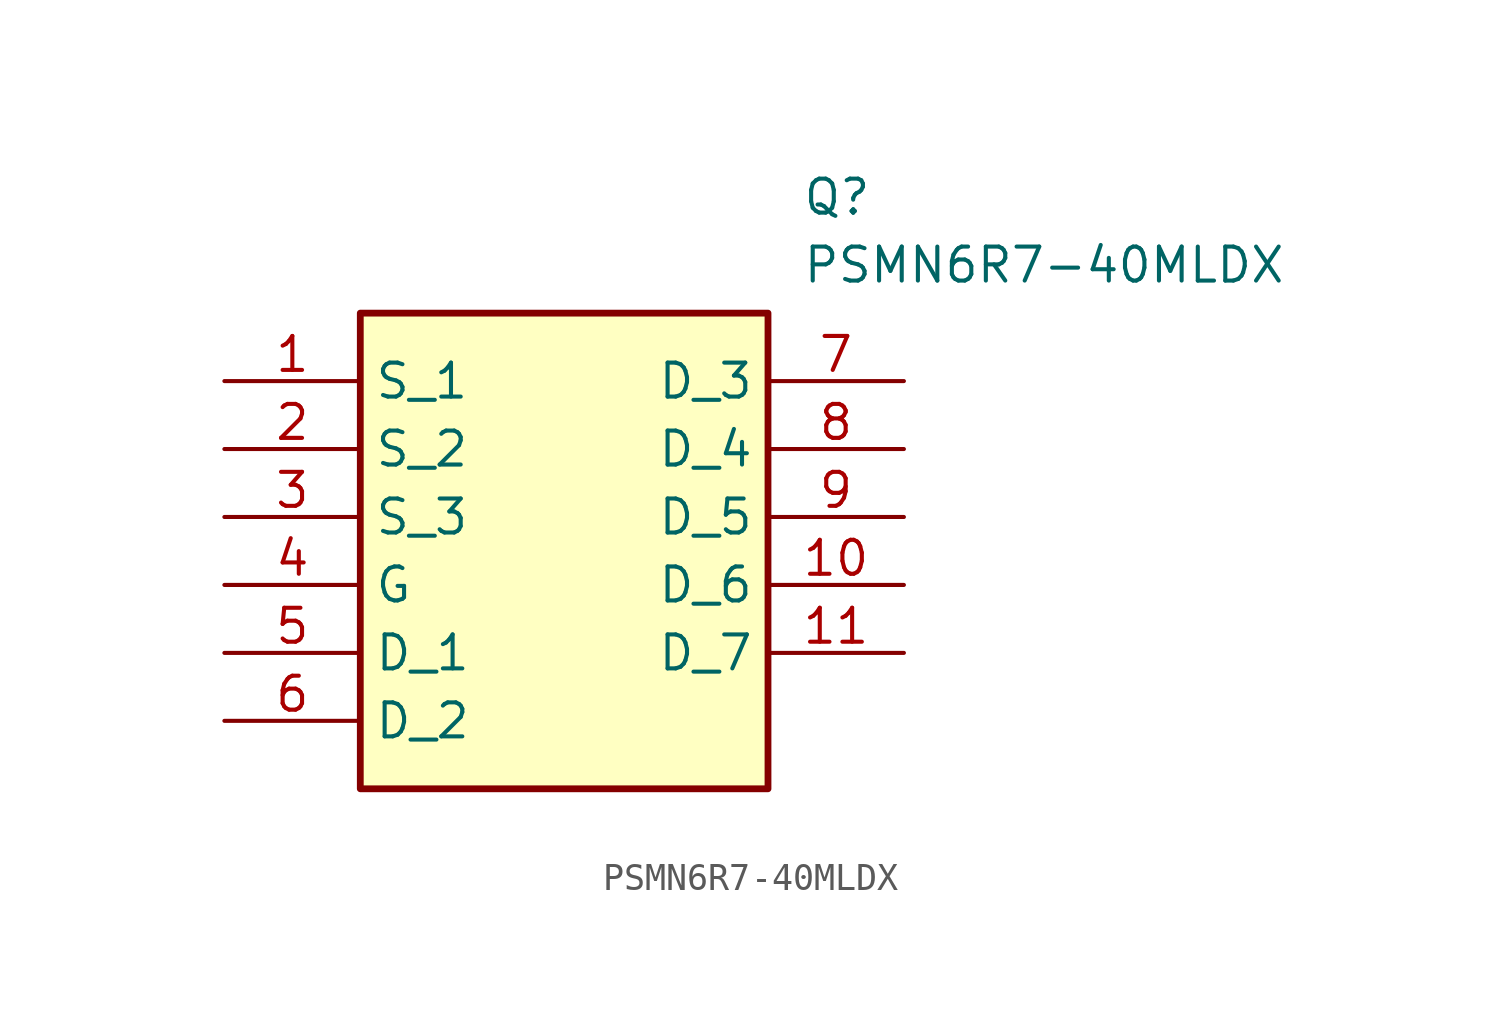
<source format=kicad_sym>
(kicad_symbol_lib
  (version 20211014)
  (generator SamacSys_ECAD_Model)
  (symbol "PSMN6R7-40MLDX"
    (property "Reference" "Q"
      (at 21.59 7.62 0)
      (effects (font (size 1.27 1.27)) (justify left top)))
    (property "Value" "PSMN6R7-40MLDX"
      (at 21.59 5.08 0)
      (effects (font (size 1.27 1.27)) (justify left top)))
    (rectangle
      (start 5.08 2.54)
      (end 20.32 -15.24)
      (stroke (width 0.254) (type default))
      (fill (type background)))
    (pin passive line
      (at 0 0 0)
      (length 5.08)
      (name "S_1" (effects (font (size 1.27 1.27))))
      (number "1" (effects (font (size 1.27 1.27)))))
    (pin passive line
      (at 0 -2.54 0)
      (length 5.08)
      (name "S_2" (effects (font (size 1.27 1.27))))
      (number "2" (effects (font (size 1.27 1.27)))))
    (pin passive line
      (at 0 -5.08 0)
      (length 5.08)
      (name "S_3" (effects (font (size 1.27 1.27))))
      (number "3" (effects (font (size 1.27 1.27)))))
    (pin passive line
      (at 0 -7.62 0)
      (length 5.08)
      (name "G" (effects (font (size 1.27 1.27))))
      (number "4" (effects (font (size 1.27 1.27)))))
    (pin passive line
      (at 0 -10.16 0)
      (length 5.08)
      (name "D_1" (effects (font (size 1.27 1.27))))
      (number "5" (effects (font (size 1.27 1.27)))))
    (pin passive line
      (at 0 -12.7 0)
      (length 5.08)
      (name "D_2" (effects (font (size 1.27 1.27))))
      (number "6" (effects (font (size 1.27 1.27)))))
    (pin passive line
      (at 25.4 0 180)
      (length 5.08)
      (name "D_3" (effects (font (size 1.27 1.27))))
      (number "7" (effects (font (size 1.27 1.27)))))
    (pin passive line
      (at 25.4 -2.54 180)
      (length 5.08)
      (name "D_4" (effects (font (size 1.27 1.27))))
      (number "8" (effects (font (size 1.27 1.27)))))
    (pin passive line
      (at 25.4 -5.08 180)
      (length 5.08)
      (name "D_5" (effects (font (size 1.27 1.27))))
      (number "9" (effects (font (size 1.27 1.27)))))
    (pin passive line
      (at 25.4 -7.62 180)
      (length 5.08)
      (name "D_6" (effects (font (size 1.27 1.27))))
      (number "10" (effects (font (size 1.27 1.27)))))
    (pin passive line
      (at 25.4 -10.16 180)
      (length 5.08)
      (name "D_7" (effects (font (size 1.27 1.27))))
      (number "11" (effects (font (size 1.27 1.27)))))))
</source>
